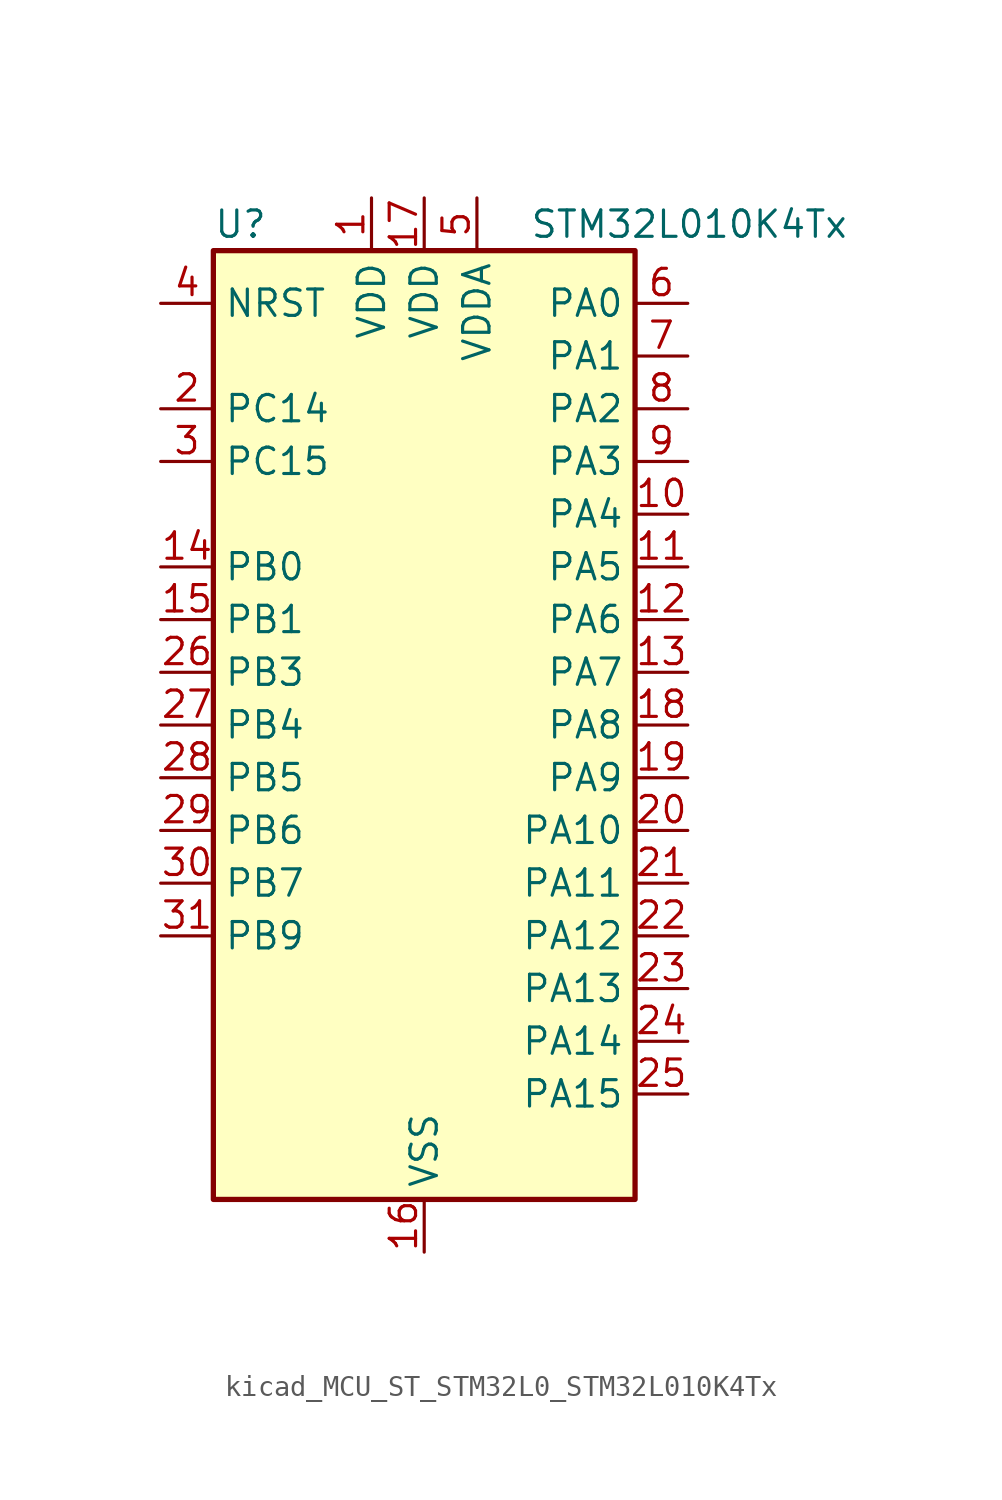
<source format=kicad_sym>
(kicad_symbol_lib
  (version 20220914)
  (generator kicad_symbol_editor)
  (symbol "kicad_MCU_ST_STM32L0_STM32L010K4Tx"
    (property "Reference" "U"
      (at -10.16 24.13 0)
      (effects (font (size 1.27 1.27)) (justify left)))
    (property "Value" "STM32L010K4Tx"
      (at 5.08 24.13 0)
      (effects (font (size 1.27 1.27)) (justify left)))
    (property "ki_locked" ""
      (at 0 0 0)
      (effects (font (size 1.27 1.27))))
    (symbol "kicad_MCU_ST_STM32L0_STM32L010K4Tx_0_1"
      (rectangle (start -10.16 -22.86) (end 10.16 22.86) (stroke (width 0.254) (type default)) (fill (type background))))
    (symbol "kicad_MCU_ST_STM32L0_STM32L010K4Tx_1_1"
      (pin power_in line (at -2.54 25.4 270) (length 2.54) (name "VDD" (effects (font (size 1.27 1.27)))) (number "1" (effects (font (size 1.27 1.27)))))
      (pin bidirectional line (at 12.7 10.16 180) (length 2.54) (name "PA4" (effects (font (size 1.27 1.27)))) (number "10" (effects (font (size 1.27 1.27)))) (alternate "ADC_IN4" bidirectional line) (alternate "I2C1_SCL" bidirectional line) (alternate "LPTIM1_ETR" bidirectional line) (alternate "LPTIM1_IN1" bidirectional line) (alternate "LPUART1_TX" bidirectional line) (alternate "SPI1_NSS" bidirectional line) (alternate "TIM2_ETR" bidirectional line) (alternate "USART2_CK" bidirectional line))
      (pin bidirectional line (at 12.7 7.62 180) (length 2.54) (name "PA5" (effects (font (size 1.27 1.27)))) (number "11" (effects (font (size 1.27 1.27)))) (alternate "ADC_IN5" bidirectional line) (alternate "LPTIM1_IN2" bidirectional line) (alternate "SPI1_SCK" bidirectional line) (alternate "TIM2_CH1" bidirectional line) (alternate "TIM2_ETR" bidirectional line))
      (pin bidirectional line (at 12.7 5.08 180) (length 2.54) (name "PA6" (effects (font (size 1.27 1.27)))) (number "12" (effects (font (size 1.27 1.27)))) (alternate "ADC_IN6" bidirectional line) (alternate "LPTIM1_ETR" bidirectional line) (alternate "LPUART1_CTS" bidirectional line) (alternate "SPI1_MISO" bidirectional line))
      (pin bidirectional line (at 12.7 2.54 180) (length 2.54) (name "PA7" (effects (font (size 1.27 1.27)))) (number "13" (effects (font (size 1.27 1.27)))) (alternate "ADC_IN7" bidirectional line) (alternate "LPTIM1_OUT" bidirectional line) (alternate "SPI1_MOSI" bidirectional line) (alternate "TIM21_ETR" bidirectional line) (alternate "USART2_CTS" bidirectional line))
      (pin bidirectional line (at -12.7 7.62 0) (length 2.54) (name "PB0" (effects (font (size 1.27 1.27)))) (number "14" (effects (font (size 1.27 1.27)))) (alternate "ADC_IN8" bidirectional line) (alternate "SPI1_MISO" bidirectional line) (alternate "SYS_VREF_OUT_PB0" bidirectional line) (alternate "TIM2_CH2" bidirectional line) (alternate "TIM2_CH3" bidirectional line) (alternate "USART2_DE" bidirectional line) (alternate "USART2_RTS" bidirectional line))
      (pin bidirectional line (at -12.7 5.08 0) (length 2.54) (name "PB1" (effects (font (size 1.27 1.27)))) (number "15" (effects (font (size 1.27 1.27)))) (alternate "ADC_IN9" bidirectional line) (alternate "LPTIM1_IN1" bidirectional line) (alternate "LPUART1_DE" bidirectional line) (alternate "LPUART1_RTS" bidirectional line) (alternate "SPI1_MOSI" bidirectional line) (alternate "SYS_VREF_OUT_PB1" bidirectional line) (alternate "TIM2_CH4" bidirectional line) (alternate "USART2_CK" bidirectional line))
      (pin power_in line (at 0 -25.4 90) (length 2.54) (name "VSS" (effects (font (size 1.27 1.27)))) (number "16" (effects (font (size 1.27 1.27)))))
      (pin power_in line (at 0 25.4 270) (length 2.54) (name "VDD" (effects (font (size 1.27 1.27)))) (number "17" (effects (font (size 1.27 1.27)))))
      (pin bidirectional line (at 12.7 0 180) (length 2.54) (name "PA8" (effects (font (size 1.27 1.27)))) (number "18" (effects (font (size 1.27 1.27)))) (alternate "LPTIM1_IN1" bidirectional line) (alternate "RCC_MCO" bidirectional line) (alternate "TIM2_CH1" bidirectional line) (alternate "USART2_CK" bidirectional line))
      (pin bidirectional line (at 12.7 -2.54 180) (length 2.54) (name "PA9" (effects (font (size 1.27 1.27)))) (number "19" (effects (font (size 1.27 1.27)))) (alternate "I2C1_SCL" bidirectional line) (alternate "LPTIM1_OUT" bidirectional line) (alternate "RCC_MCO" bidirectional line) (alternate "TIM21_CH2" bidirectional line) (alternate "USART2_TX" bidirectional line))
      (pin bidirectional line (at -12.7 15.24 0) (length 2.54) (name "PC14" (effects (font (size 1.27 1.27)))) (number "2" (effects (font (size 1.27 1.27)))) (alternate "RCC_OSC32_IN" bidirectional line))
      (pin bidirectional line (at 12.7 -5.08 180) (length 2.54) (name "PA10" (effects (font (size 1.27 1.27)))) (number "20" (effects (font (size 1.27 1.27)))) (alternate "I2C1_SDA" bidirectional line) (alternate "RTC_REFIN" bidirectional line) (alternate "TIM21_CH1" bidirectional line) (alternate "TIM2_CH3" bidirectional line) (alternate "USART2_RX" bidirectional line))
      (pin bidirectional line (at 12.7 -7.62 180) (length 2.54) (name "PA11" (effects (font (size 1.27 1.27)))) (number "21" (effects (font (size 1.27 1.27)))) (alternate "ADC_EXTI11" bidirectional line) (alternate "LPTIM1_OUT" bidirectional line) (alternate "SPI1_MISO" bidirectional line) (alternate "TIM21_CH2" bidirectional line) (alternate "USART2_CTS" bidirectional line))
      (pin bidirectional line (at 12.7 -10.16 180) (length 2.54) (name "PA12" (effects (font (size 1.27 1.27)))) (number "22" (effects (font (size 1.27 1.27)))) (alternate "SPI1_MOSI" bidirectional line) (alternate "USART2_DE" bidirectional line) (alternate "USART2_RTS" bidirectional line))
      (pin bidirectional line (at 12.7 -12.7 180) (length 2.54) (name "PA13" (effects (font (size 1.27 1.27)))) (number "23" (effects (font (size 1.27 1.27)))) (alternate "I2C1_SDA" bidirectional line) (alternate "LPTIM1_ETR" bidirectional line) (alternate "LPUART1_RX" bidirectional line) (alternate "SPI1_SCK" bidirectional line) (alternate "SYS_SWDIO" bidirectional line))
      (pin bidirectional line (at 12.7 -15.24 180) (length 2.54) (name "PA14" (effects (font (size 1.27 1.27)))) (number "24" (effects (font (size 1.27 1.27)))) (alternate "I2C1_SMBA" bidirectional line) (alternate "LPTIM1_OUT" bidirectional line) (alternate "LPUART1_TX" bidirectional line) (alternate "SPI1_MISO" bidirectional line) (alternate "SYS_SWCLK" bidirectional line) (alternate "USART2_TX" bidirectional line))
      (pin bidirectional line (at 12.7 -17.78 180) (length 2.54) (name "PA15" (effects (font (size 1.27 1.27)))) (number "25" (effects (font (size 1.27 1.27)))) (alternate "SPI1_NSS" bidirectional line) (alternate "TIM2_CH1" bidirectional line) (alternate "TIM2_ETR" bidirectional line) (alternate "USART2_RX" bidirectional line))
      (pin bidirectional line (at -12.7 2.54 0) (length 2.54) (name "PB3" (effects (font (size 1.27 1.27)))) (number "26" (effects (font (size 1.27 1.27)))) (alternate "SPI1_SCK" bidirectional line) (alternate "TIM2_CH2" bidirectional line))
      (pin bidirectional line (at -12.7 0 0) (length 2.54) (name "PB4" (effects (font (size 1.27 1.27)))) (number "27" (effects (font (size 1.27 1.27)))) (alternate "SPI1_MISO" bidirectional line))
      (pin bidirectional line (at -12.7 -2.54 0) (length 2.54) (name "PB5" (effects (font (size 1.27 1.27)))) (number "28" (effects (font (size 1.27 1.27)))) (alternate "I2C1_SMBA" bidirectional line) (alternate "LPTIM1_IN1" bidirectional line) (alternate "SPI1_MOSI" bidirectional line) (alternate "TIM21_CH1" bidirectional line))
      (pin bidirectional line (at -12.7 -5.08 0) (length 2.54) (name "PB6" (effects (font (size 1.27 1.27)))) (number "29" (effects (font (size 1.27 1.27)))) (alternate "I2C1_SCL" bidirectional line) (alternate "LPTIM1_ETR" bidirectional line) (alternate "LPUART1_TX" bidirectional line) (alternate "TIM2_CH3" bidirectional line) (alternate "USART2_TX" bidirectional line))
      (pin bidirectional line (at -12.7 12.7 0) (length 2.54) (name "PC15" (effects (font (size 1.27 1.27)))) (number "3" (effects (font (size 1.27 1.27)))) (alternate "RCC_OSC32_OUT" bidirectional line))
      (pin bidirectional line (at -12.7 -7.62 0) (length 2.54) (name "PB7" (effects (font (size 1.27 1.27)))) (number "30" (effects (font (size 1.27 1.27)))) (alternate "I2C1_SDA" bidirectional line) (alternate "LPTIM1_IN2" bidirectional line) (alternate "LPUART1_RX" bidirectional line) (alternate "SYS_PVD_IN" bidirectional line) (alternate "TIM2_CH4" bidirectional line) (alternate "USART2_RX" bidirectional line))
      (pin bidirectional line (at -12.7 -10.16 0) (length 2.54) (name "PB9" (effects (font (size 1.27 1.27)))) (number "31" (effects (font (size 1.27 1.27)))))
      (pin passive line (at 0 -25.4 90) (length 2.54) hide (name "VSS" (effects (font (size 1.27 1.27)))) (number "32" (effects (font (size 1.27 1.27)))))
      (pin input line (at -12.7 20.32 0) (length 2.54) (name "NRST" (effects (font (size 1.27 1.27)))) (number "4" (effects (font (size 1.27 1.27)))))
      (pin power_in line (at 2.54 25.4 270) (length 2.54) (name "VDDA" (effects (font (size 1.27 1.27)))) (number "5" (effects (font (size 1.27 1.27)))))
      (pin bidirectional line (at 12.7 20.32 180) (length 2.54) (name "PA0" (effects (font (size 1.27 1.27)))) (number "6" (effects (font (size 1.27 1.27)))) (alternate "ADC_IN0" bidirectional line) (alternate "LPTIM1_IN1" bidirectional line) (alternate "LPUART1_RX" bidirectional line) (alternate "RCC_CK_IN" bidirectional line) (alternate "RTC_TAMP2" bidirectional line) (alternate "SYS_WKUP1" bidirectional line) (alternate "TIM2_CH1" bidirectional line) (alternate "TIM2_ETR" bidirectional line) (alternate "USART2_CTS" bidirectional line) (alternate "USART2_RX" bidirectional line))
      (pin bidirectional line (at 12.7 17.78 180) (length 2.54) (name "PA1" (effects (font (size 1.27 1.27)))) (number "7" (effects (font (size 1.27 1.27)))) (alternate "ADC_IN1" bidirectional line) (alternate "I2C1_SMBA" bidirectional line) (alternate "LPTIM1_IN2" bidirectional line) (alternate "LPUART1_TX" bidirectional line) (alternate "TIM21_ETR" bidirectional line) (alternate "TIM2_CH2" bidirectional line) (alternate "USART2_DE" bidirectional line) (alternate "USART2_RTS" bidirectional line))
      (pin bidirectional line (at 12.7 15.24 180) (length 2.54) (name "PA2" (effects (font (size 1.27 1.27)))) (number "8" (effects (font (size 1.27 1.27)))) (alternate "ADC_IN2" bidirectional line) (alternate "LPUART1_TX" bidirectional line) (alternate "RTC_OUT_ALARM" bidirectional line) (alternate "RTC_OUT_CALIB" bidirectional line) (alternate "RTC_TAMP3" bidirectional line) (alternate "RTC_TS" bidirectional line) (alternate "SYS_WKUP3" bidirectional line) (alternate "TIM21_CH1" bidirectional line) (alternate "TIM2_CH3" bidirectional line) (alternate "USART2_TX" bidirectional line))
      (pin bidirectional line (at 12.7 12.7 180) (length 2.54) (name "PA3" (effects (font (size 1.27 1.27)))) (number "9" (effects (font (size 1.27 1.27)))) (alternate "ADC_IN3" bidirectional line) (alternate "LPUART1_RX" bidirectional line) (alternate "TIM21_CH2" bidirectional line) (alternate "TIM2_CH4" bidirectional line) (alternate "USART2_RX" bidirectional line)))))
</source>
